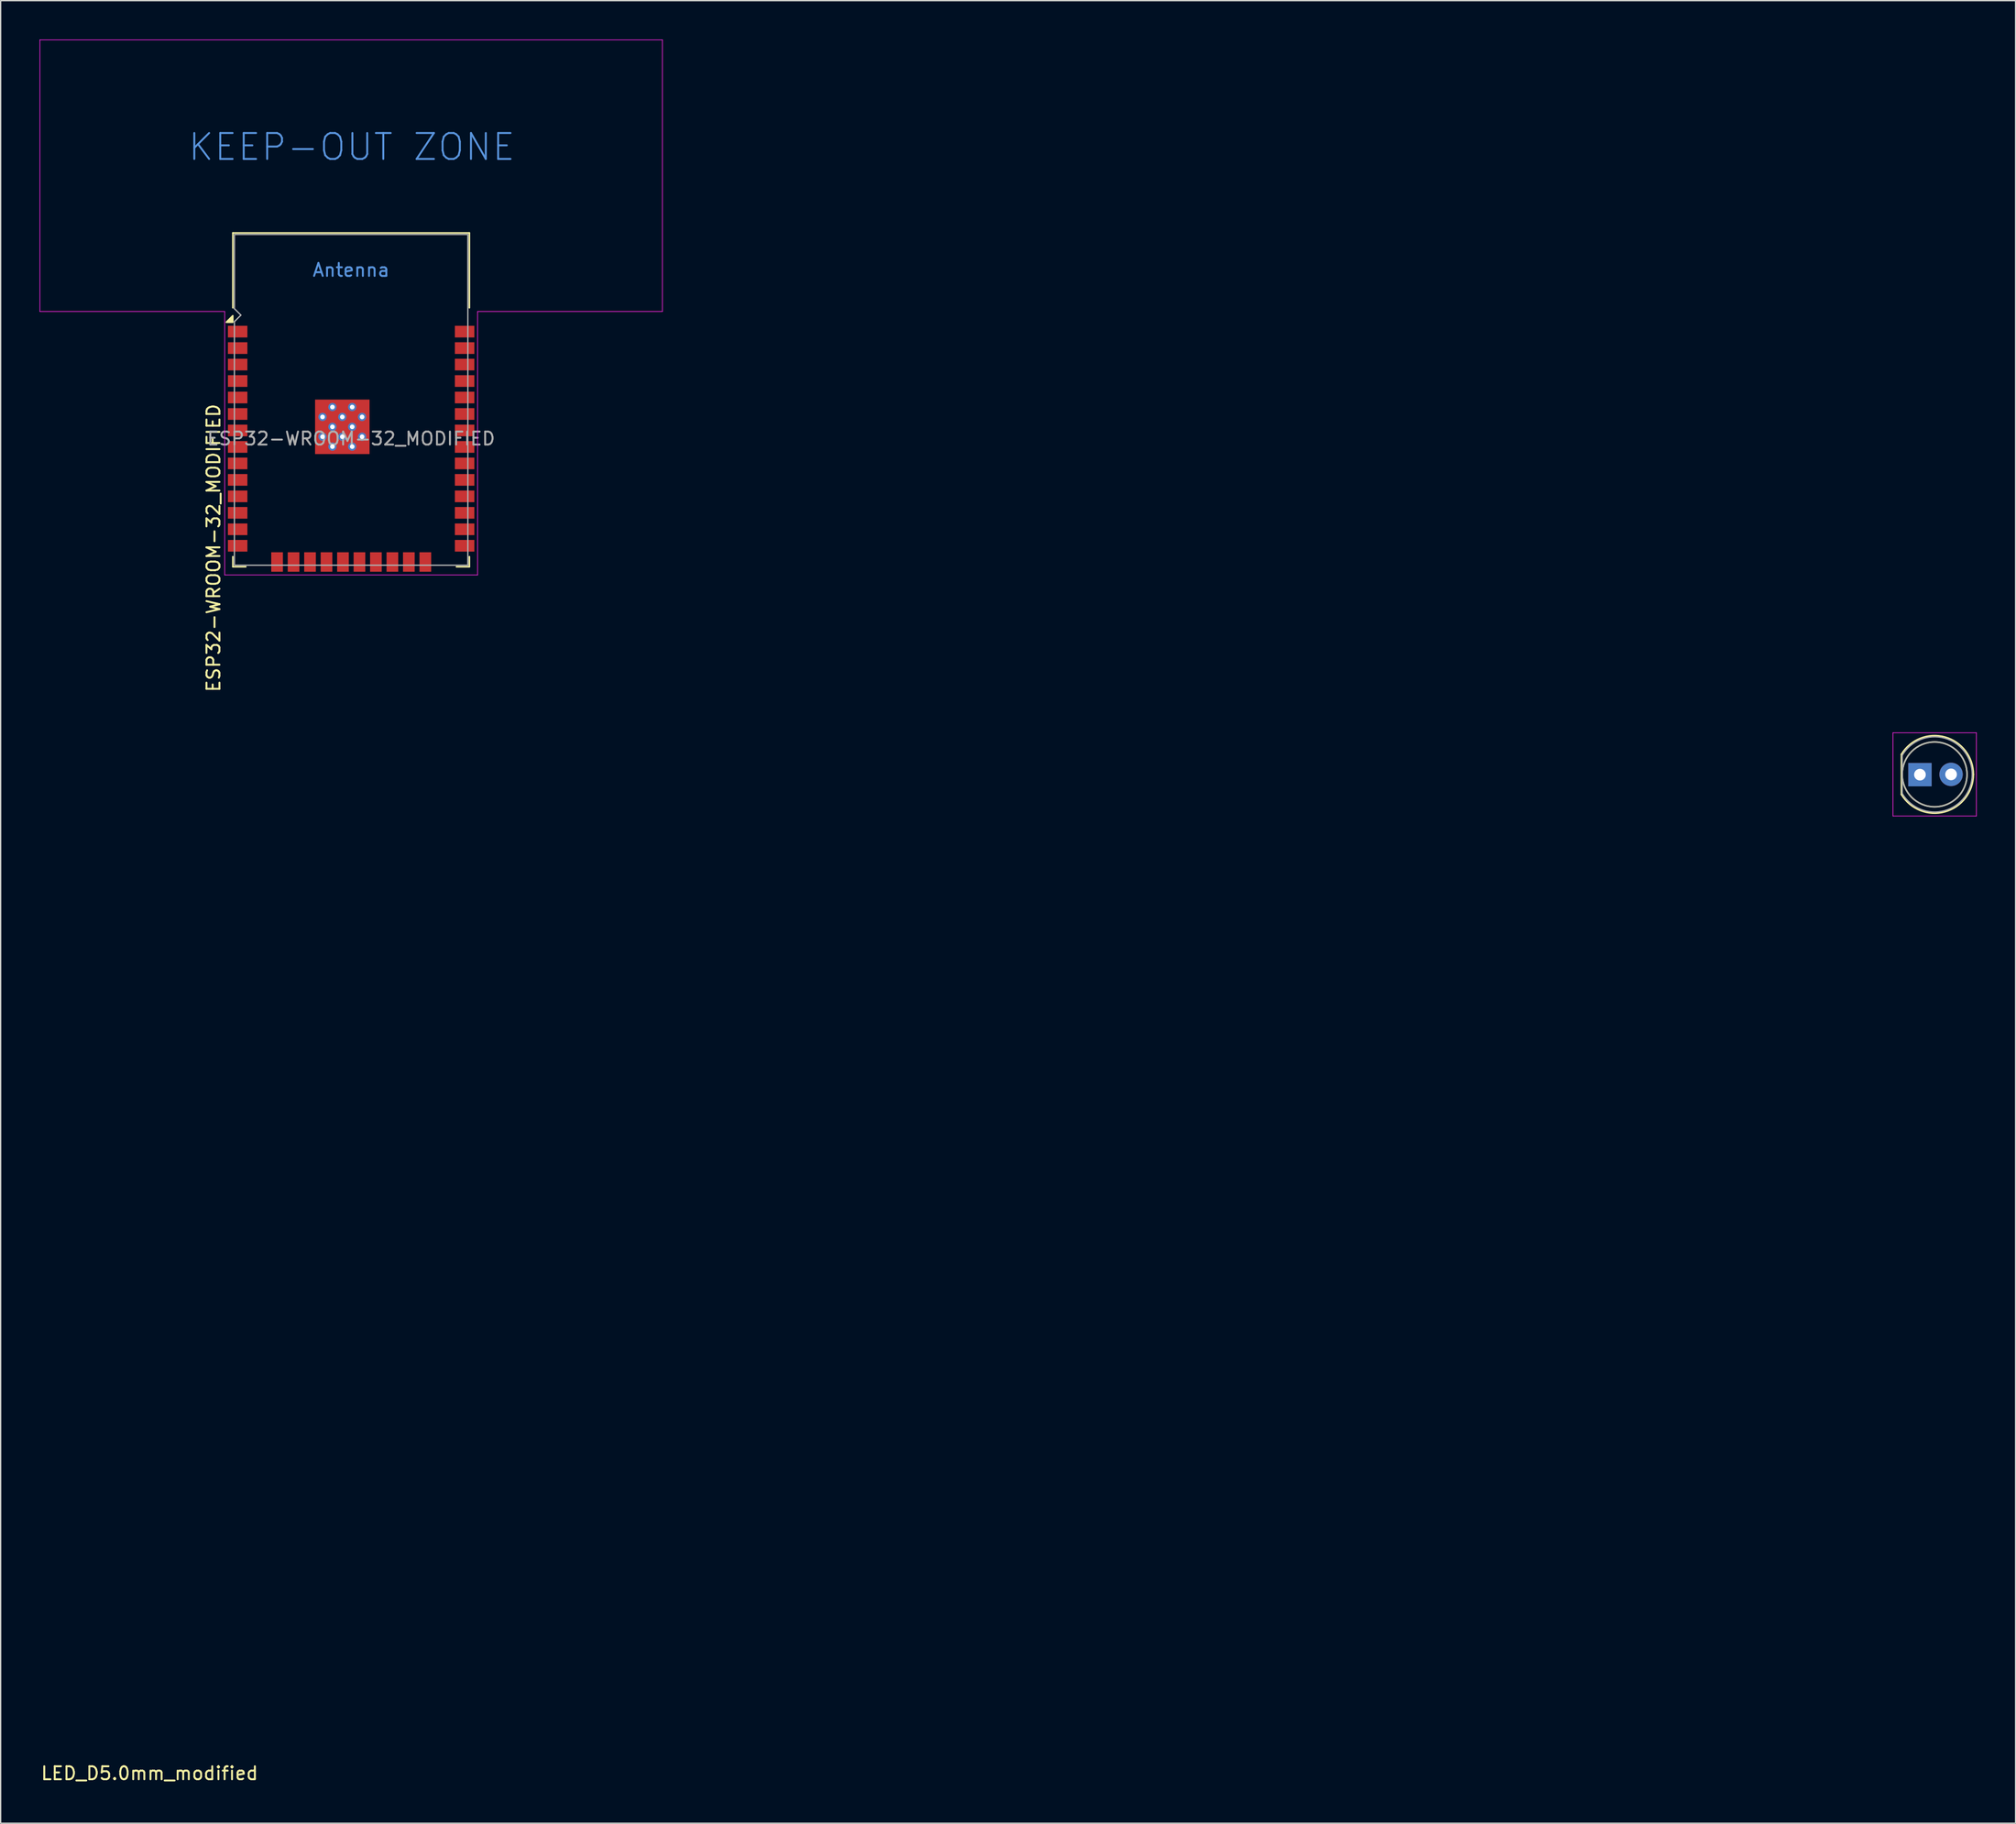
<source format=kicad_pcb>
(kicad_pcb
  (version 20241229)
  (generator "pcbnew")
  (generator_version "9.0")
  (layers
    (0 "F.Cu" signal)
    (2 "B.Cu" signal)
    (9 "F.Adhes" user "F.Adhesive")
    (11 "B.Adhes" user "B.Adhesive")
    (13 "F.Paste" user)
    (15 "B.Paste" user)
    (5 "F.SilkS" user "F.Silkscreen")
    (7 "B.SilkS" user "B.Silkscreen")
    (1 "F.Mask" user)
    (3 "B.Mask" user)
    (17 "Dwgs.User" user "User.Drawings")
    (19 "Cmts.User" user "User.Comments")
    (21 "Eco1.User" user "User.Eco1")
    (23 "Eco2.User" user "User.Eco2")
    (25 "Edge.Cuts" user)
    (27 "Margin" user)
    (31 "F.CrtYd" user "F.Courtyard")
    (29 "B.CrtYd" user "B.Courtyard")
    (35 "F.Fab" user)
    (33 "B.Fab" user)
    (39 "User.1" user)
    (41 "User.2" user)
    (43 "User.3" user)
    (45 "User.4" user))
  (footprint "ESP32-WROOM-32_MODIFIED"
    (layer "F.Cu")
    (at 24.025 30.765)
    (property "Reference" "ESP32-WROOM-32_MODIFIED" (at -10.61 8.43 90) (layer "F.SilkS") (effects (font (size 1 1) (thickness 0.15))))
    (attr smd)
    (fp_line (start -9.12 -15.86) (end -9.12 -10.09) (stroke (width 0.12) (type solid)) (layer "F.SilkS"))
    (fp_line (start -9.12 -15.86) (end 9.12 -15.86) (stroke (width 0.12) (type solid)) (layer "F.SilkS"))
    (fp_line (start -9.12 9.1) (end -9.12 9.88) (stroke (width 0.12) (type solid)) (layer "F.SilkS"))
    (fp_line (start -9.12 9.88) (end -8.12 9.88) (stroke (width 0.12) (type solid)) (layer "F.SilkS"))
    (fp_line (start 9.12 -15.86) (end 9.12 -10.09) (stroke (width 0.12) (type solid)) (layer "F.SilkS"))
    (fp_line (start 9.12 9.1) (end 9.12 9.88) (stroke (width 0.12) (type solid)) (layer "F.SilkS"))
    (fp_line (start 9.12 9.88) (end 8.12 9.88) (stroke (width 0.12) (type solid)) (layer "F.SilkS"))
    (fp_poly (pts (xy -9.125 -8.975) (xy -9.625 -8.975) (xy -9.125 -9.475) (xy -9.125 -8.975)) (stroke (width 0.12) (type solid)) (fill yes) (layer "F.SilkS"))
    (fp_line (start -24 -30.74) (end -24 -9.8) (stroke (width 0.05) (type solid)) (layer "F.CrtYd"))
    (fp_line (start -24 -9.8) (end -9.75 -9.8) (stroke (width 0.05) (type solid)) (layer "F.CrtYd"))
    (fp_line (start -9.75 10.51) (end -9.75 -9.8) (stroke (width 0.05) (type solid)) (layer "F.CrtYd"))
    (fp_line (start -9.75 10.51) (end 9.75 10.51) (stroke (width 0.05) (type solid)) (layer "F.CrtYd"))
    (fp_line (start 9.75 -9.8) (end 9.75 10.51) (stroke (width 0.05) (type solid)) (layer "F.CrtYd"))
    (fp_line (start 9.75 -9.8) (end 24 -9.8) (stroke (width 0.05) (type solid)) (layer "F.CrtYd"))
    (fp_line (start 24 -30.74) (end -24 -30.74) (stroke (width 0.05) (type solid)) (layer "F.CrtYd"))
    (fp_line (start 24 -9.8) (end 24 -30.74) (stroke (width 0.05) (type solid)) (layer "F.CrtYd"))
    (fp_line (start -9 -15.74) (end -9 -10.02) (stroke (width 0.1) (type solid)) (layer "F.Fab"))
    (fp_line (start -9 -15.74) (end 9 -15.74) (stroke (width 0.1) (type solid)) (layer "F.Fab"))
    (fp_line (start -9 -9.02) (end -9 9.76) (stroke (width 0.1) (type solid)) (layer "F.Fab"))
    (fp_line (start -9 -9.02) (end -8.5 -9.52) (stroke (width 0.1) (type solid)) (layer "F.Fab"))
    (fp_line (start -9 9.76) (end 9 9.76) (stroke (width 0.1) (type solid)) (layer "F.Fab"))
    (fp_line (start -8.5 -9.52) (end -9 -10.02) (stroke (width 0.1) (type solid)) (layer "F.Fab"))
    (fp_line (start 9 9.76) (end 9 -15.74) (stroke (width 0.1) (type solid)) (layer "F.Fab"))
    (fp_text user "KEEP-OUT ZONE" (at 0.05 -22.48 0) (layer "Cmts.User") (effects (font (size 2 2) (thickness 0.15))))
    (fp_text user "Antenna" (at 0 -13 0) (layer "Cmts.User") (effects (font (size 1 1) (thickness 0.15))))
    (fp_text user "${REFERENCE}" (at 0 0 0) (layer "F.Fab") (effects (font (size 1 1) (thickness 0.15))))
    (pad "1" smd rect (at -8.75 -8.25) (size 1.5 0.9) (layers "F.Cu" "F.Mask" "F.Paste"))
    (pad "2" smd rect (at -8.75 -6.98) (size 1.5 0.9) (layers "F.Cu" "F.Mask" "F.Paste"))
    (pad "3" smd rect (at -8.75 -5.71) (size 1.5 0.9) (layers "F.Cu" "F.Mask" "F.Paste"))
    (pad "4" smd rect (at -8.75 -4.44) (size 1.5 0.9) (layers "F.Cu" "F.Mask" "F.Paste"))
    (pad "5" smd rect (at -8.75 -3.17) (size 1.5 0.9) (layers "F.Cu" "F.Mask" "F.Paste"))
    (pad "6" smd rect (at -8.75 -1.9) (size 1.5 0.9) (layers "F.Cu" "F.Mask" "F.Paste"))
    (pad "7" smd rect (at -8.75 -0.63) (size 1.5 0.9) (layers "F.Cu" "F.Mask" "F.Paste"))
    (pad "8" smd rect (at -8.75 0.64) (size 1.5 0.9) (layers "F.Cu" "F.Mask" "F.Paste"))
    (pad "9" smd rect (at -8.75 1.91) (size 1.5 0.9) (layers "F.Cu" "F.Mask" "F.Paste"))
    (pad "10" smd rect (at -8.75 3.18) (size 1.5 0.9) (layers "F.Cu" "F.Mask" "F.Paste"))
    (pad "11" smd rect (at -8.75 4.45) (size 1.5 0.9) (layers "F.Cu" "F.Mask" "F.Paste"))
    (pad "12" smd rect (at -8.75 5.72) (size 1.5 0.9) (layers "F.Cu" "F.Mask" "F.Paste"))
    (pad "13" smd rect (at -8.75 6.99) (size 1.5 0.9) (layers "F.Cu" "F.Mask" "F.Paste"))
    (pad "14" smd rect (at -8.75 8.26) (size 1.5 0.9) (layers "F.Cu" "F.Mask" "F.Paste"))
    (pad "15" smd rect (at -5.71 9.51 90) (size 1.5 0.9) (layers "F.Cu" "F.Mask" "F.Paste"))
    (pad "16" smd rect (at -4.44 9.51 90) (size 1.5 0.9) (layers "F.Cu" "F.Mask" "F.Paste"))
    (pad "17" smd rect (at -3.17 9.51 90) (size 1.5 0.9) (layers "F.Cu" "F.Mask" "F.Paste"))
    (pad "18" smd rect (at -1.9 9.51 90) (size 1.5 0.9) (layers "F.Cu" "F.Mask" "F.Paste"))
    (pad "19" smd rect (at -0.63 9.51 90) (size 1.5 0.9) (layers "F.Cu" "F.Mask" "F.Paste"))
    (pad "20" smd rect (at 0.64 9.51 90) (size 1.5 0.9) (layers "F.Cu" "F.Mask" "F.Paste"))
    (pad "21" smd rect (at 1.91 9.51 90) (size 1.5 0.9) (layers "F.Cu" "F.Mask" "F.Paste"))
    (pad "22" smd rect (at 3.18 9.51 90) (size 1.5 0.9) (layers "F.Cu" "F.Mask" "F.Paste"))
    (pad "23" smd rect (at 4.45 9.51 90) (size 1.5 0.9) (layers "F.Cu" "F.Mask" "F.Paste"))
    (pad "24" smd rect (at 5.72 9.51 90) (size 1.5 0.9) (layers "F.Cu" "F.Mask" "F.Paste"))
    (pad "25" smd rect (at 8.75 8.26) (size 1.5 0.9) (layers "F.Cu" "F.Mask" "F.Paste"))
    (pad "26" smd rect (at 8.75 6.99) (size 1.5 0.9) (layers "F.Cu" "F.Mask" "F.Paste"))
    (pad "27" smd rect (at 8.75 5.72) (size 1.5 0.9) (layers "F.Cu" "F.Mask" "F.Paste"))
    (pad "28" smd rect (at 8.75 4.45) (size 1.5 0.9) (layers "F.Cu" "F.Mask" "F.Paste"))
    (pad "29" smd rect (at 8.75 3.18) (size 1.5 0.9) (layers "F.Cu" "F.Mask" "F.Paste"))
    (pad "30" smd rect (at 8.75 1.91) (size 1.5 0.9) (layers "F.Cu" "F.Mask" "F.Paste"))
    (pad "31" smd rect (at 8.75 0.64) (size 1.5 0.9) (layers "F.Cu" "F.Mask" "F.Paste"))
    (pad "32" smd rect (at 8.75 -0.63) (size 1.5 0.9) (layers "F.Cu" "F.Mask" "F.Paste"))
    (pad "33" smd rect (at 8.75 -1.9) (size 1.5 0.9) (layers "F.Cu" "F.Mask" "F.Paste"))
    (pad "34" smd rect (at 8.75 -3.17) (size 1.5 0.9) (layers "F.Cu" "F.Mask" "F.Paste"))
    (pad "35" smd rect (at 8.75 -4.44) (size 1.5 0.9) (layers "F.Cu" "F.Mask" "F.Paste"))
    (pad "36" smd rect (at 8.75 -5.71) (size 1.5 0.9) (layers "F.Cu" "F.Mask" "F.Paste"))
    (pad "37" smd rect (at 8.75 -6.98) (size 1.5 0.9) (layers "F.Cu" "F.Mask" "F.Paste"))
    (pad "38" smd rect (at 8.75 -8.25) (size 1.5 0.9) (layers "F.Cu" "F.Mask" "F.Paste"))
    (pad "39" smd rect (at -2.205 -2.435) (size 1.05 1.05) (layers "F.Cu" "F.Paste"))
    (pad "39" thru_hole circle (at -2.205 -1.673) (size 0.64 0.64) (drill 0.354) (property pad_prop_heatsink) (layers "*.Cu" "F.Mask"))
    (pad "39" smd rect (at -2.205 -0.91) (size 1.05 1.05) (layers "F.Cu" "F.Paste"))
    (pad "39" thru_hole circle (at -2.205 -0.147) (size 0.64 0.64) (drill 0.354) (property pad_prop_heatsink) (layers "*.Cu" "F.Mask"))
    (pad "39" smd rect (at -2.205 0.615) (size 1.05 1.05) (layers "F.Cu" "F.Paste"))
    (pad "39" thru_hole circle (at -1.442 -2.435) (size 0.64 0.64) (drill 0.354) (property pad_prop_heatsink) (layers "*.Cu" "F.Mask"))
    (pad "39" thru_hole circle (at -1.442 -0.91) (size 0.64 0.64) (drill 0.354) (property pad_prop_heatsink) (layers "*.Cu" "F.Mask"))
    (pad "39" thru_hole circle (at -1.442 0.615) (size 0.64 0.64) (drill 0.354) (property pad_prop_heatsink) (layers "*.Cu" "F.Mask"))
    (pad "39" smd rect (at -0.68 -2.435) (size 1.05 1.05) (layers "F.Cu" "F.Paste"))
    (pad "39" thru_hole circle (at -0.68 -1.673) (size 0.64 0.64) (drill 0.354) (property pad_prop_heatsink) (layers "*.Cu" "F.Mask"))
    (pad "39" smd rect (at -0.68 -0.91) (size 1.05 1.05) (layers "F.Cu" "F.Paste"))
    (pad "39" smd rect (at -0.68 -0.91) (size 4.2 4.2) (property pad_prop_heatsink) (layers "F.Cu" "F.Mask"))
    (pad "39" thru_hole circle (at -0.68 -0.147) (size 0.64 0.64) (drill 0.354) (property pad_prop_heatsink) (layers "*.Cu" "F.Mask"))
    (pad "39" smd rect (at -0.68 0.615) (size 1.05 1.05) (layers "F.Cu" "F.Paste"))
    (pad "39" thru_hole circle (at 0.083 -2.435) (size 0.64 0.64) (drill 0.354) (property pad_prop_heatsink) (layers "*.Cu" "F.Mask"))
    (pad "39" thru_hole circle (at 0.083 -0.91) (size 0.64 0.64) (drill 0.354) (property pad_prop_heatsink) (layers "*.Cu" "F.Mask"))
    (pad "39" thru_hole circle (at 0.083 0.615) (size 0.64 0.64) (drill 0.354) (property pad_prop_heatsink) (layers "*.Cu" "F.Mask"))
    (pad "39" smd rect (at 0.845 -2.435) (size 1.05 1.05) (layers "F.Cu" "F.Paste"))
    (pad "39" thru_hole circle (at 0.845 -1.673) (size 0.64 0.64) (drill 0.354) (property pad_prop_heatsink) (layers "*.Cu" "F.Mask"))
    (pad "39" smd rect (at 0.845 -0.91) (size 1.05 1.05) (layers "F.Cu" "F.Paste"))
    (pad "39" thru_hole circle (at 0.845 -0.147) (size 0.64 0.64) (drill 0.354) (property pad_prop_heatsink) (layers "*.Cu" "F.Mask"))
    (pad "39" smd rect (at 0.845 0.615) (size 1.05 1.05) (layers "F.Cu" "F.Paste"))
    (zone (net_name "") (layers "F.Cu" "B.Cu") (hatch full 0.508) (connect_pads) (min_thickness 0.254) (filled_areas_thickness no) (keepout (tracks not_allowed) (vias not_allowed) (pads not_allowed) (copperpour not_allowed) (footprints not_allowed)) (placement (enabled no)) (fill) (polygon (pts (xy 0.025 20.965) (xy 48.025 20.965) (xy 48.025 0.025) (xy 0.025 0.025)))))
  (footprint "LED_D5.0mm_modified"
    (layer "F.Cu")
    (at 144.852 56.65)
    (property "Reference" "LED_D5.0mm_modified" (at -136.37 77.01 0) (layer "F.SilkS") (effects (font (size 1 1) (thickness 0.15))))
    (attr through_hole)
    (fp_line (start -1.29 -1.545) (end -1.29 1.545) (stroke (width 0.12) (type solid)) (layer "F.SilkS"))
    (fp_arc (start -1.29 -1.54483) (mid 2.071779 -2.880495) (end 4.26 0) (stroke (width 0.12) (type solid)) (layer "F.SilkS"))
    (fp_arc (start 4.26 0) (mid 2.071779 2.880495) (end -1.29 1.54483) (stroke (width 0.12) (type solid)) (layer "F.SilkS"))
    (fp_circle (center 1.27 0) (end 3.77 0) (stroke (width 0.12) (type solid)) (fill no) (layer "F.SilkS"))
    (fp_line (start -1.94 -3.21) (end -1.94 3.21) (stroke (width 0.05) (type solid)) (layer "F.CrtYd"))
    (fp_line (start -1.94 3.21) (end 4.49 3.21) (stroke (width 0.05) (type solid)) (layer "F.CrtYd"))
    (fp_line (start 4.49 -3.21) (end -1.94 -3.21) (stroke (width 0.05) (type solid)) (layer "F.CrtYd"))
    (fp_line (start 4.49 3.21) (end 4.49 -3.21) (stroke (width 0.05) (type solid)) (layer "F.CrtYd"))
    (fp_line (start -1.23 -1.47) (end -1.23 1.47) (stroke (width 0.1) (type solid)) (layer "F.Fab"))
    (fp_arc (start -1.23 -1.469694) (mid 4.17 0) (end -1.23 1.469694) (stroke (width 0.1) (type solid)) (layer "F.Fab"))
    (fp_circle (center 1.27 0) (end 3.77 0) (stroke (width 0.1) (type solid)) (fill no) (layer "F.Fab"))
    (pad "1" thru_hole rect (at 0.14 0.02) (size 1.8 1.8) (drill 0.9) (layers "*.Cu" "*.Mask"))
    (pad "2" thru_hole circle (at 2.54 0) (size 1.8 1.8) (drill 0.9) (layers "*.Cu" "*.Mask")))
  (gr_rect
    (start -3 -3)
    (end 152.367 137.508)
    (stroke (width 0.1) (type default))
    (fill no)
    (layer "Edge.Cuts")))
</source>
